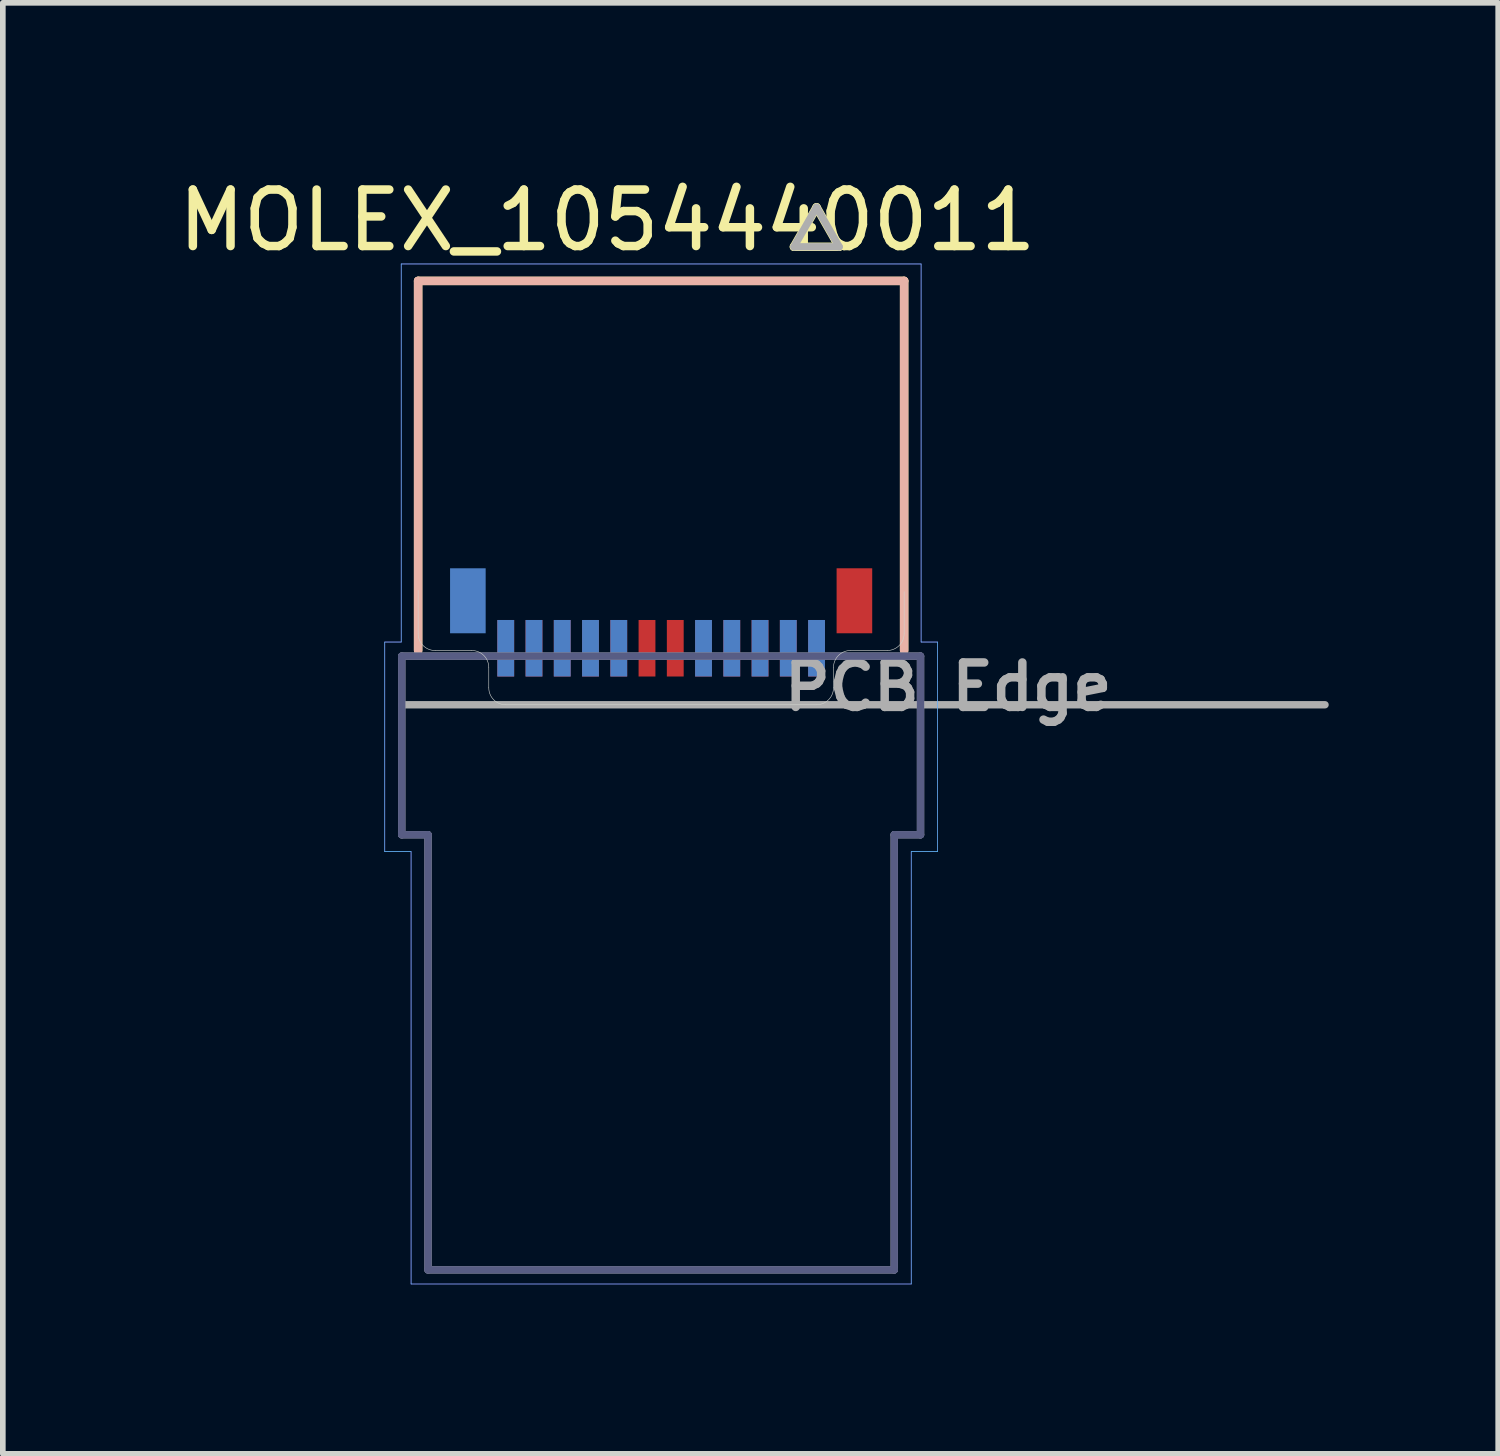
<source format=kicad_pcb>
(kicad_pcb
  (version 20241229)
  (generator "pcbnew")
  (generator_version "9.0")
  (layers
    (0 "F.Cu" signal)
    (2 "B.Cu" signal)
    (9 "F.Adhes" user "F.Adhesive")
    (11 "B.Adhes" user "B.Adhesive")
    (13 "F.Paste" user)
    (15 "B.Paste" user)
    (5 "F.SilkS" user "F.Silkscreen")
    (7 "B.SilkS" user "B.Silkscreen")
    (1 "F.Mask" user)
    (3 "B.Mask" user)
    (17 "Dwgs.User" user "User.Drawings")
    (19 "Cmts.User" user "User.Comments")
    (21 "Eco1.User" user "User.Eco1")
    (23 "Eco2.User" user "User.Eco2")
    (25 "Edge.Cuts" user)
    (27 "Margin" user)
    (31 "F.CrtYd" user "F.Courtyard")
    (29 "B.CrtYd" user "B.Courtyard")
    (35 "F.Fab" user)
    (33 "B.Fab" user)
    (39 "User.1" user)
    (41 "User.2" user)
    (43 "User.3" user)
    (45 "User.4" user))
  (footprint "MOLEX_1054440011"
    (layer "F.Cu")
    (at 8.649 9.421)
    (property "Reference" "MOLEX_1054440011" (at -0.953 -8.572 0) (layer "F.SilkS") (effects (font (size 1 1) (thickness 0.15))))
    (attr smd)
    (fp_poly (pts (xy -2.962 -1.563) (xy -2.538 -1.563) (xy -2.538 -0.436) (xy -2.962 -0.436)) (stroke (width 0.01) (type solid)) (fill yes) (layer "F.Mask"))
    (fp_poly (pts (xy -2.462 -1.563) (xy -2.038 -1.563) (xy -2.038 -0.436) (xy -2.462 -0.436)) (stroke (width 0.01) (type solid)) (fill yes) (layer "F.Mask"))
    (fp_poly (pts (xy -1.962 -1.563) (xy -1.538 -1.563) (xy -1.538 -0.436) (xy -1.962 -0.436)) (stroke (width 0.01) (type solid)) (fill yes) (layer "F.Mask"))
    (fp_poly (pts (xy -1.462 -1.563) (xy -1.038 -1.563) (xy -1.038 -0.436) (xy -1.462 -0.436)) (stroke (width 0.01) (type solid)) (fill yes) (layer "F.Mask"))
    (fp_poly (pts (xy -0.963 -1.563) (xy -0.537 -1.563) (xy -0.537 -0.436) (xy -0.963 -0.436)) (stroke (width 0.01) (type solid)) (fill yes) (layer "F.Mask"))
    (fp_poly (pts (xy -0.463 -1.563) (xy -0.037 -1.563) (xy -0.037 -0.436) (xy -0.463 -0.436)) (stroke (width 0.01) (type solid)) (fill yes) (layer "F.Mask"))
    (fp_poly (pts (xy 0.037 -1.563) (xy 0.463 -1.563) (xy 0.463 -0.436) (xy 0.037 -0.436)) (stroke (width 0.01) (type solid)) (fill yes) (layer "F.Mask"))
    (fp_poly (pts (xy 0.537 -1.563) (xy 0.963 -1.563) (xy 0.963 -0.436) (xy 0.537 -0.436)) (stroke (width 0.01) (type solid)) (fill yes) (layer "F.Mask"))
    (fp_poly (pts (xy 1.038 -1.563) (xy 1.462 -1.563) (xy 1.462 -0.436) (xy 1.038 -0.436)) (stroke (width 0.01) (type solid)) (fill yes) (layer "F.Mask"))
    (fp_poly (pts (xy 1.538 -1.563) (xy 1.962 -1.563) (xy 1.962 -0.436) (xy 1.538 -0.436)) (stroke (width 0.01) (type solid)) (fill yes) (layer "F.Mask"))
    (fp_poly (pts (xy 2.038 -1.563) (xy 2.462 -1.563) (xy 2.462 -0.436) (xy 2.038 -0.436)) (stroke (width 0.01) (type solid)) (fill yes) (layer "F.Mask"))
    (fp_poly (pts (xy 2.538 -1.563) (xy 2.962 -1.563) (xy 2.962 -0.436) (xy 2.538 -0.436)) (stroke (width 0.01) (type solid)) (fill yes) (layer "F.Mask"))
    (fp_poly (pts (xy 3.042 -2.478) (xy 3.799 -2.478) (xy 3.799 -1.202) (xy 3.042 -1.202)) (stroke (width 0.01) (type solid)) (fill yes) (layer "F.Mask"))
    (fp_poly (pts (xy -3.799 -2.478) (xy -3.042 -2.478) (xy -3.042 -1.202) (xy -3.799 -1.202)) (stroke (width 0.01) (type solid)) (fill yes) (layer "B.Mask"))
    (fp_poly (pts (xy -2.962 -1.563) (xy -2.538 -1.563) (xy -2.538 -0.436) (xy -2.962 -0.436)) (stroke (width 0.01) (type solid)) (fill yes) (layer "B.Mask"))
    (fp_poly (pts (xy -2.462 -1.563) (xy -2.038 -1.563) (xy -2.038 -0.436) (xy -2.462 -0.436)) (stroke (width 0.01) (type solid)) (fill yes) (layer "B.Mask"))
    (fp_poly (pts (xy -1.962 -1.563) (xy -1.538 -1.563) (xy -1.538 -0.436) (xy -1.962 -0.436)) (stroke (width 0.01) (type solid)) (fill yes) (layer "B.Mask"))
    (fp_poly (pts (xy -1.462 -1.563) (xy -1.038 -1.563) (xy -1.038 -0.436) (xy -1.462 -0.436)) (stroke (width 0.01) (type solid)) (fill yes) (layer "B.Mask"))
    (fp_poly (pts (xy -0.963 -1.563) (xy -0.537 -1.563) (xy -0.537 -0.436) (xy -0.963 -0.436)) (stroke (width 0.01) (type solid)) (fill yes) (layer "B.Mask"))
    (fp_poly (pts (xy 0.537 -1.563) (xy 0.963 -1.563) (xy 0.963 -0.436) (xy 0.537 -0.436)) (stroke (width 0.01) (type solid)) (fill yes) (layer "B.Mask"))
    (fp_poly (pts (xy 1.038 -1.563) (xy 1.462 -1.563) (xy 1.462 -0.436) (xy 1.038 -0.436)) (stroke (width 0.01) (type solid)) (fill yes) (layer "B.Mask"))
    (fp_poly (pts (xy 1.538 -1.563) (xy 1.962 -1.563) (xy 1.962 -0.436) (xy 1.538 -0.436)) (stroke (width 0.01) (type solid)) (fill yes) (layer "B.Mask"))
    (fp_poly (pts (xy 2.038 -1.563) (xy 2.462 -1.563) (xy 2.462 -0.436) (xy 2.038 -0.436)) (stroke (width 0.01) (type solid)) (fill yes) (layer "B.Mask"))
    (fp_poly (pts (xy 2.538 -1.563) (xy 2.962 -1.563) (xy 2.962 -0.436) (xy 2.538 -0.436)) (stroke (width 0.01) (type solid)) (fill yes) (layer "B.Mask"))
    (fp_line (start -4.3 -7.5) (end -4.3 -0.96) (stroke (width 0.15) (type solid)) (layer "F.SilkS"))
    (fp_line (start 2.35 -8.104) (end 3.15 -8.104) (stroke (width 0.15) (type solid)) (layer "F.SilkS"))
    (fp_line (start 2.75 -8.803) (end 2.35 -8.104) (stroke (width 0.15) (type solid)) (layer "F.SilkS"))
    (fp_line (start 3.15 -8.104) (end 2.75 -8.803) (stroke (width 0.15) (type solid)) (layer "F.SilkS"))
    (fp_line (start 4.3 -7.5) (end -4.3 -7.5) (stroke (width 0.15) (type solid)) (layer "F.SilkS"))
    (fp_line (start 4.3 -0.96) (end 4.3 -7.5) (stroke (width 0.15) (type solid)) (layer "F.SilkS"))
    (fp_line (start -4.3 -7.5) (end -4.3 -0.96) (stroke (width 0.15) (type solid)) (layer "B.SilkS"))
    (fp_line (start 4.3 -7.5) (end -4.3 -7.5) (stroke (width 0.15) (type solid)) (layer "B.SilkS"))
    (fp_line (start 4.3 -0.96) (end 4.3 -7.5) (stroke (width 0.15) (type solid)) (layer "B.SilkS"))
    (fp_line (start -4.3 -1.26) (end -4.3 -2.025) (stroke (width 0.01) (type solid)) (layer "Edge.Cuts"))
    (fp_line (start -3.35 -0.96) (end -4 -0.96) (stroke (width 0.01) (type solid)) (layer "Edge.Cuts"))
    (fp_line (start -3.05 -0.3) (end -3.05 -0.66) (stroke (width 0.01) (type solid)) (layer "Edge.Cuts"))
    (fp_line (start 2.75 0) (end -2.75 0) (stroke (width 0.01) (type solid)) (layer "Edge.Cuts"))
    (fp_line (start 3.05 -0.66) (end 3.05 -0.3) (stroke (width 0.01) (type solid)) (layer "Edge.Cuts"))
    (fp_line (start 4 -0.96) (end 3.35 -0.96) (stroke (width 0.01) (type solid)) (layer "Edge.Cuts"))
    (fp_line (start 4.3 -2) (end 4.3 -1.26) (stroke (width 0.01) (type solid)) (layer "Edge.Cuts"))
    (fp_arc (start -4 -0.96) (mid -4.212132 -1.047868) (end -4.3 -1.26) (stroke (width 0.01) (type solid)) (layer "Edge.Cuts"))
    (fp_arc (start -3.35 -0.96) (mid -3.137868 -0.872132) (end -3.05 -0.66) (stroke (width 0.01) (type solid)) (layer "Edge.Cuts"))
    (fp_arc (start -2.75 0) (mid -2.962132 -0.087868) (end -3.05 -0.3) (stroke (width 0.01) (type solid)) (layer "Edge.Cuts"))
    (fp_arc (start 3.05 -0.66) (mid 3.137868 -0.872132) (end 3.35 -0.96) (stroke (width 0.01) (type solid)) (layer "Edge.Cuts"))
    (fp_arc (start 3.05 -0.3) (mid 2.962132 -0.087868) (end 2.75 0) (stroke (width 0.01) (type solid)) (layer "Edge.Cuts"))
    (fp_arc (start 4.3 -1.26) (mid 4.212132 -1.047868) (end 4 -0.96) (stroke (width 0.01) (type solid)) (layer "Edge.Cuts"))
    (fp_line (start -4.89 -1.11) (end -4.6 -1.11) (stroke (width 0.01) (type solid)) (layer "B.CrtYd"))
    (fp_line (start -4.89 2.6) (end -4.89 -1.11) (stroke (width 0.01) (type solid)) (layer "B.CrtYd"))
    (fp_line (start -4.6 -7.8) (end 4.6 -7.8) (stroke (width 0.01) (type solid)) (layer "B.CrtYd"))
    (fp_line (start -4.6 -1.11) (end -4.6 -7.8) (stroke (width 0.01) (type solid)) (layer "B.CrtYd"))
    (fp_line (start -4.425 2.6) (end -4.89 2.6) (stroke (width 0.01) (type solid)) (layer "B.CrtYd"))
    (fp_line (start -4.425 10.25) (end -4.425 2.6) (stroke (width 0.01) (type solid)) (layer "B.CrtYd"))
    (fp_line (start 4.425 2.6) (end 4.425 10.25) (stroke (width 0.01) (type solid)) (layer "B.CrtYd"))
    (fp_line (start 4.425 10.25) (end -4.425 10.25) (stroke (width 0.01) (type solid)) (layer "B.CrtYd"))
    (fp_line (start 4.6 -7.8) (end 4.6 -1.11) (stroke (width 0.01) (type solid)) (layer "B.CrtYd"))
    (fp_line (start 4.6 -1.11) (end 4.89 -1.11) (stroke (width 0.01) (type solid)) (layer "B.CrtYd"))
    (fp_line (start 4.89 -1.11) (end 4.89 2.6) (stroke (width 0.01) (type solid)) (layer "B.CrtYd"))
    (fp_line (start 4.89 2.6) (end 4.425 2.6) (stroke (width 0.01) (type solid)) (layer "B.CrtYd"))
    (fp_line (start -4.89 -1.11) (end -4.6 -1.11) (stroke (width 0.01) (type solid)) (layer "F.CrtYd"))
    (fp_line (start -4.89 2.6) (end -4.89 -1.11) (stroke (width 0.01) (type solid)) (layer "F.CrtYd"))
    (fp_line (start -4.6 -7.8) (end 4.6 -7.8) (stroke (width 0.01) (type solid)) (layer "F.CrtYd"))
    (fp_line (start -4.6 -1.11) (end -4.6 -7.8) (stroke (width 0.01) (type solid)) (layer "F.CrtYd"))
    (fp_line (start -4.425 2.6) (end -4.89 2.6) (stroke (width 0.01) (type solid)) (layer "F.CrtYd"))
    (fp_line (start -4.425 10.25) (end -4.425 2.6) (stroke (width 0.01) (type solid)) (layer "F.CrtYd"))
    (fp_line (start 4.425 2.6) (end 4.425 10.25) (stroke (width 0.01) (type solid)) (layer "F.CrtYd"))
    (fp_line (start 4.425 10.25) (end -4.425 10.25) (stroke (width 0.01) (type solid)) (layer "F.CrtYd"))
    (fp_line (start 4.6 -7.8) (end 4.6 -1.11) (stroke (width 0.01) (type solid)) (layer "F.CrtYd"))
    (fp_line (start 4.6 -1.11) (end 4.89 -1.11) (stroke (width 0.01) (type solid)) (layer "F.CrtYd"))
    (fp_line (start 4.89 -1.11) (end 4.89 2.6) (stroke (width 0.01) (type solid)) (layer "F.CrtYd"))
    (fp_line (start 4.89 2.6) (end 4.425 2.6) (stroke (width 0.01) (type solid)) (layer "F.CrtYd"))
    (fp_line (start -4.59 -0.86) (end -4.59 2.3) (stroke (width 0.13) (type solid)) (layer "B.Fab"))
    (fp_line (start -4.59 2.3) (end -4.125 2.3) (stroke (width 0.13) (type solid)) (layer "B.Fab"))
    (fp_line (start -4.125 2.3) (end -4.125 10) (stroke (width 0.13) (type solid)) (layer "B.Fab"))
    (fp_line (start -4.125 10) (end 4.125 10) (stroke (width 0.13) (type solid)) (layer "B.Fab"))
    (fp_line (start 4.125 2.3) (end 4.125 10) (stroke (width 0.13) (type solid)) (layer "B.Fab"))
    (fp_line (start 4.59 -0.86) (end -4.59 -0.86) (stroke (width 0.13) (type solid)) (layer "B.Fab"))
    (fp_line (start 4.59 2.3) (end 4.125 2.3) (stroke (width 0.13) (type solid)) (layer "B.Fab"))
    (fp_line (start 4.59 2.3) (end 4.59 -0.86) (stroke (width 0.13) (type solid)) (layer "B.Fab"))
    (fp_line (start -4.59 -0.86) (end -4.59 0) (stroke (width 0.13) (type solid)) (layer "F.Fab"))
    (fp_line (start -4.59 0) (end -4.59 2.3) (stroke (width 0.13) (type solid)) (layer "F.Fab"))
    (fp_line (start -4.59 0) (end 11.748 0) (stroke (width 0.13) (type solid)) (layer "F.Fab"))
    (fp_line (start -4.59 2.3) (end -4.125 2.3) (stroke (width 0.13) (type solid)) (layer "F.Fab"))
    (fp_line (start -4.125 2.3) (end -4.125 10) (stroke (width 0.13) (type solid)) (layer "F.Fab"))
    (fp_line (start -4.125 10) (end 4.125 10) (stroke (width 0.13) (type solid)) (layer "F.Fab"))
    (fp_line (start 2.35 -8.104) (end 3.15 -8.104) (stroke (width 0.13) (type solid)) (layer "F.Fab"))
    (fp_line (start 2.75 -8.803) (end 2.35 -8.104) (stroke (width 0.13) (type solid)) (layer "F.Fab"))
    (fp_line (start 3.15 -8.104) (end 2.75 -8.803) (stroke (width 0.13) (type solid)) (layer "F.Fab"))
    (fp_line (start 4.125 2.3) (end 4.125 10) (stroke (width 0.13) (type solid)) (layer "F.Fab"))
    (fp_line (start 4.59 -0.86) (end -4.59 -0.86) (stroke (width 0.13) (type solid)) (layer "F.Fab"))
    (fp_line (start 4.59 2.3) (end 4.125 2.3) (stroke (width 0.13) (type solid)) (layer "F.Fab"))
    (fp_line (start 4.59 2.3) (end 4.59 -0.86) (stroke (width 0.13) (type solid)) (layer "F.Fab"))
    (fp_text user "PCB Edge" (at 5.08 -0.318 0) (layer "F.Fab") (effects (font (size 0.787 0.787) (thickness 0.15))))
    (pad "A1" smd rect (at 2.75 -1) (size 0.298 1) (layers "F.Cu" "F.Paste"))
    (pad "A2" smd rect (at 2.25 -1) (size 0.298 1) (layers "F.Cu" "F.Paste"))
    (pad "A3" smd rect (at 1.75 -1) (size 0.298 1) (layers "F.Cu" "F.Paste"))
    (pad "A4" smd rect (at 1.25 -1) (size 0.298 1) (layers "F.Cu" "F.Paste"))
    (pad "A5" smd rect (at 0.75 -1) (size 0.298 1) (layers "F.Cu" "F.Paste"))
    (pad "A6" smd rect (at 0.25 -1) (size 0.298 1) (layers "F.Cu" "F.Paste"))
    (pad "A7" smd rect (at -0.25 -1) (size 0.298 1) (layers "F.Cu" "F.Paste"))
    (pad "A8" smd rect (at -0.75 -1) (size 0.298 1) (layers "F.Cu" "F.Paste"))
    (pad "A9" smd rect (at -1.25 -1) (size 0.298 1) (layers "F.Cu" "F.Paste"))
    (pad "A10" smd rect (at -1.75 -1) (size 0.298 1) (layers "F.Cu" "F.Paste"))
    (pad "A11" smd rect (at -2.25 -1) (size 0.298 1) (layers "F.Cu" "F.Paste"))
    (pad "A12" smd rect (at -2.75 -1) (size 0.298 1) (layers "F.Cu" "F.Paste"))
    (pad "B1" smd rect (at -2.75 -1) (size 0.298 1) (layers "B.Cu" "B.Paste"))
    (pad "B2" smd rect (at -2.25 -1) (size 0.298 1) (layers "B.Cu" "B.Paste"))
    (pad "B3" smd rect (at -1.75 -1) (size 0.298 1) (layers "B.Cu" "B.Paste"))
    (pad "B4" smd rect (at -1.25 -1) (size 0.298 1) (layers "B.Cu" "B.Paste"))
    (pad "B5" smd rect (at -0.75 -1) (size 0.298 1) (layers "B.Cu" "B.Paste"))
    (pad "B8" smd rect (at 0.75 -1) (size 0.298 1) (layers "B.Cu" "B.Paste"))
    (pad "B9" smd rect (at 1.25 -1) (size 0.298 1) (layers "B.Cu" "B.Paste"))
    (pad "B10" smd rect (at 1.75 -1) (size 0.298 1) (layers "B.Cu" "B.Paste"))
    (pad "B11" smd rect (at 2.25 -1) (size 0.298 1) (layers "B.Cu" "B.Paste"))
    (pad "B12" smd rect (at 2.75 -1) (size 0.298 1) (layers "B.Cu" "B.Paste"))
    (pad "SH1" smd rect (at 3.42 -1.84) (size 0.63 1.15) (layers "F.Cu" "F.Paste"))
    (pad "SH2" smd rect (at -3.42 -1.84) (size 0.63 1.15) (layers "B.Cu" "B.Paste")))
  (gr_rect
    (start -3 -3)
    (end 23.461 22.676)
    (stroke (width 0.1) (type default))
    (fill no)
    (layer "Edge.Cuts")))
</source>
